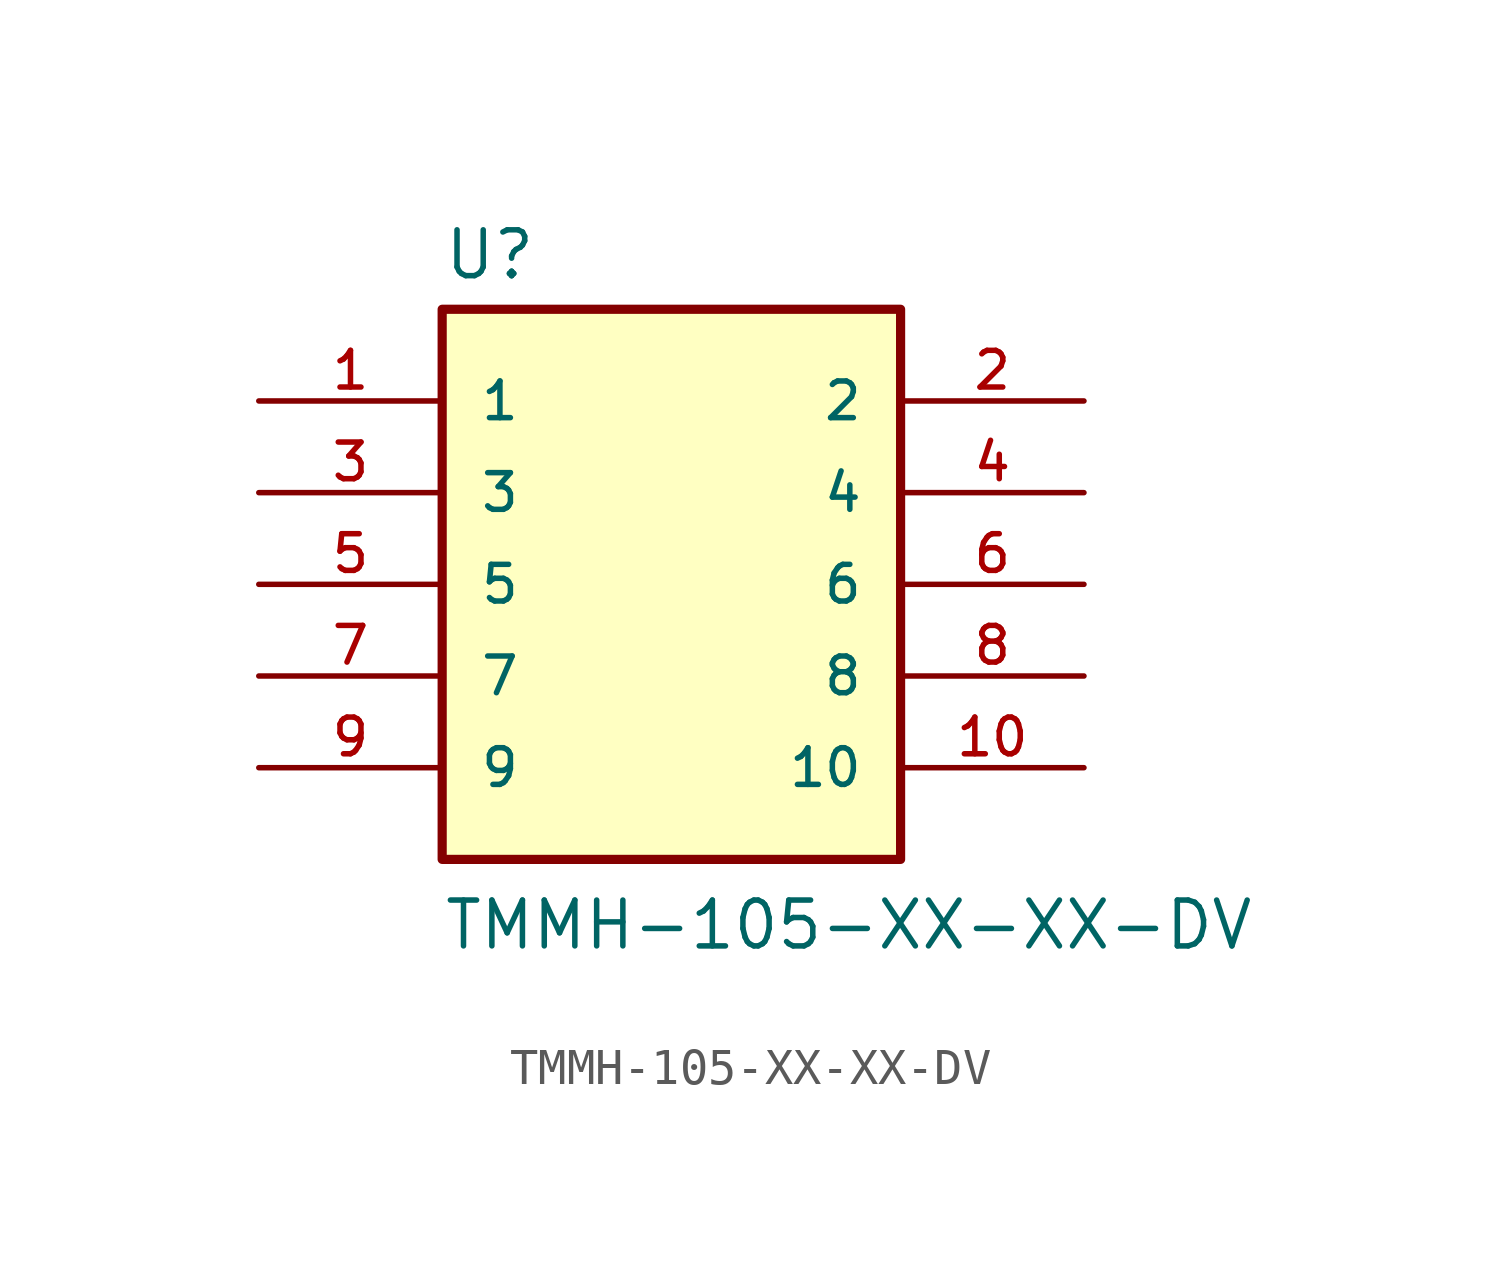
<source format=kicad_sym>
(kicad_symbol_lib
  (version 20211014)
  (generator kicad_symbol_editor)
  (symbol "TMMH-105-XX-XX-DV"
    (pin_names
      (offset 1.016))
    (property "Reference" "U"
      (at 5.089 3.308 0)
      (effects (font (size 1.27 1.27)) (justify bottom left)))
    (property "Value" "TMMH-105-XX-XX-DV"
      (at 5.087 -15.26 0)
      (effects (font (size 1.27 1.27)) (justify bottom left)))
    (symbol "TMMH-105-XX-XX-DV_0_0"
      (rectangle (start 5.08 -12.7) (end 17.78 2.54) (stroke (width 0.254)) (fill (type background)))
      (pin bidirectional line (at 0.0 0.0 0) (length 5.08) (name "1" (effects (font (size 1.016 1.016)))) (number "1" (effects (font (size 1.016 1.016)))))
      (pin bidirectional line (at 22.86 0.0 180.0) (length 5.08) (name "2" (effects (font (size 1.016 1.016)))) (number "2" (effects (font (size 1.016 1.016)))))
      (pin bidirectional line (at 0.0 -2.54 0) (length 5.08) (name "3" (effects (font (size 1.016 1.016)))) (number "3" (effects (font (size 1.016 1.016)))))
      (pin bidirectional line (at 22.86 -2.54 180.0) (length 5.08) (name "4" (effects (font (size 1.016 1.016)))) (number "4" (effects (font (size 1.016 1.016)))))
      (pin bidirectional line (at 0.0 -5.08 0) (length 5.08) (name "5" (effects (font (size 1.016 1.016)))) (number "5" (effects (font (size 1.016 1.016)))))
      (pin bidirectional line (at 22.86 -5.08 180.0) (length 5.08) (name "6" (effects (font (size 1.016 1.016)))) (number "6" (effects (font (size 1.016 1.016)))))
      (pin bidirectional line (at 0.0 -7.62 0) (length 5.08) (name "7" (effects (font (size 1.016 1.016)))) (number "7" (effects (font (size 1.016 1.016)))))
      (pin bidirectional line (at 22.86 -7.62 180.0) (length 5.08) (name "8" (effects (font (size 1.016 1.016)))) (number "8" (effects (font (size 1.016 1.016)))))
      (pin bidirectional line (at 0.0 -10.16 0) (length 5.08) (name "9" (effects (font (size 1.016 1.016)))) (number "9" (effects (font (size 1.016 1.016)))))
      (pin bidirectional line (at 22.86 -10.16 180.0) (length 5.08) (name "10" (effects (font (size 1.016 1.016)))) (number "10" (effects (font (size 1.016 1.016))))))))
</source>
